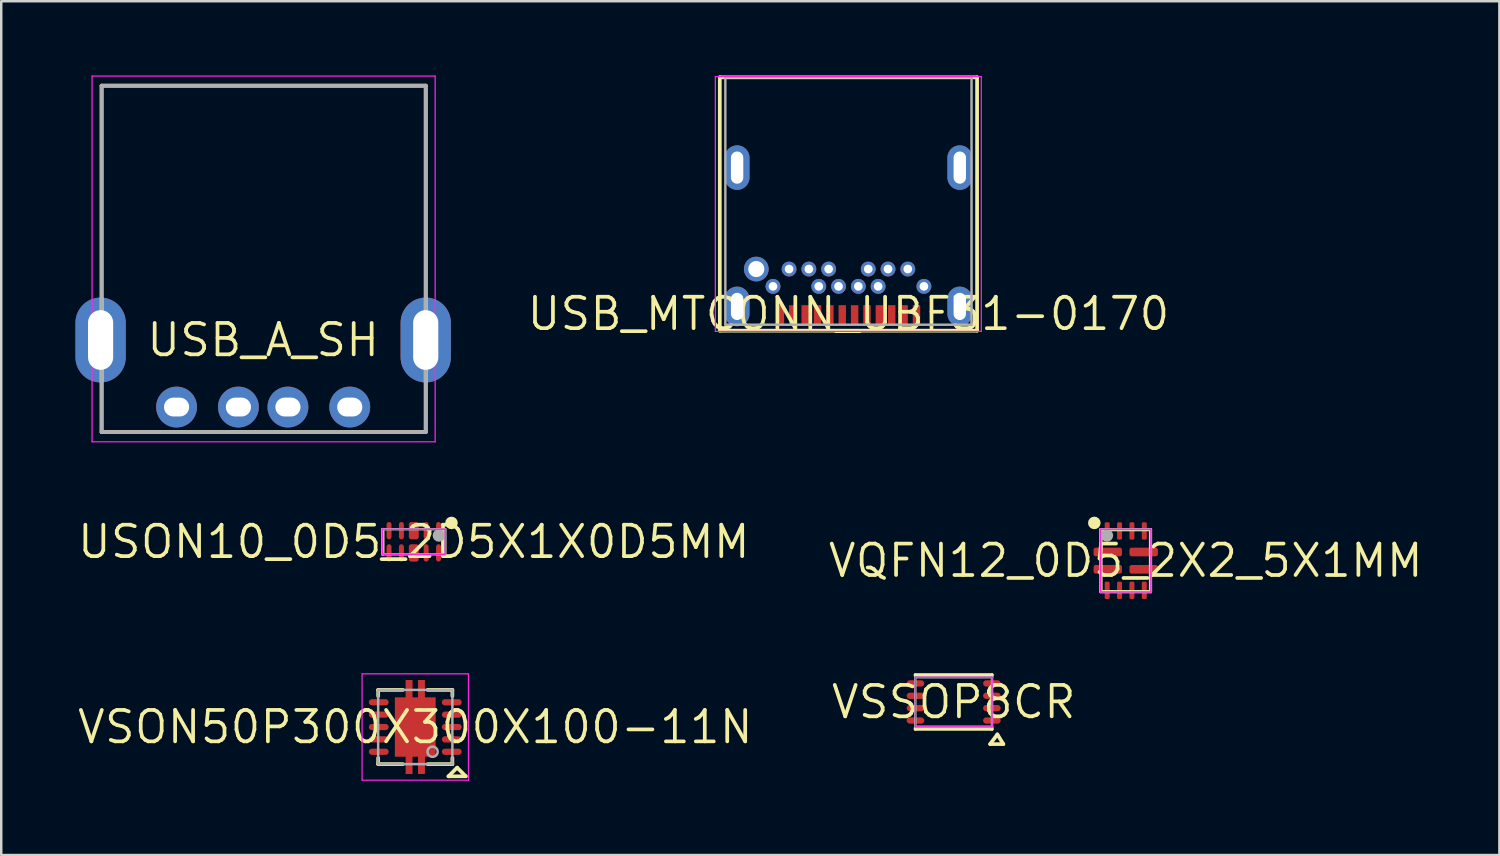
<source format=kicad_pcb>
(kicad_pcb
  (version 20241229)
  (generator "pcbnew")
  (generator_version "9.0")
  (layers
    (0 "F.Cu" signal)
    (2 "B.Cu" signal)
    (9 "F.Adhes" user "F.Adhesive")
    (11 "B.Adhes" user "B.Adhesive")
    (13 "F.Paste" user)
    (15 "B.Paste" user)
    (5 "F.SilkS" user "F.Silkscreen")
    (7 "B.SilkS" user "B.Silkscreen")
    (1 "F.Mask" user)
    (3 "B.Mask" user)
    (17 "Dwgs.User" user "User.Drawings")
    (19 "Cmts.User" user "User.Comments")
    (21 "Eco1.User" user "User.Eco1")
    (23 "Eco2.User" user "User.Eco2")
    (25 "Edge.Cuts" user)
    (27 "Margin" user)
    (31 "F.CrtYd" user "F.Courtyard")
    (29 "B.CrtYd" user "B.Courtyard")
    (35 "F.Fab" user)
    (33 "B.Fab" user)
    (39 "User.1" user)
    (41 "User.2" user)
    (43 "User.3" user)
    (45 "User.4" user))
  (footprint "USB_MTCONN_UBF31-0170"
    (layer "F.Cu")
    (at 31.244 9.635)
    (property "Reference" "USB_MTCONN_UBF31-0170" (at 0 0 0) (layer "F.SilkS") (effects (font (size 1.27 1.27) (thickness 0.15))))
    (fp_line (start -5.2 -9.56) (end 5.2 -9.56) (stroke (width 0.15) (type solid)) (layer "F.SilkS"))
    (fp_line (start -5.2 0.68) (end -5.2 -9.56) (stroke (width 0.15) (type solid)) (layer "F.SilkS"))
    (fp_line (start 5.2 -9.56) (end 5.2 0.68) (stroke (width 0.15) (type solid)) (layer "F.SilkS"))
    (fp_line (start 5.2 0.68) (end -5.2 0.68) (stroke (width 0.15) (type solid)) (layer "F.SilkS"))
    (fp_line (start -5.38 -9.59) (end -5.38 0.71) (stroke (width 0.05) (type solid)) (layer "F.CrtYd"))
    (fp_line (start -5.38 0.71) (end 5.37 0.71) (stroke (width 0.05) (type solid)) (layer "F.CrtYd"))
    (fp_line (start 5.37 -9.59) (end -5.38 -9.59) (stroke (width 0.05) (type solid)) (layer "F.CrtYd"))
    (fp_line (start 5.37 0.71) (end 5.37 -9.59) (stroke (width 0.05) (type solid)) (layer "F.CrtYd"))
    (fp_line (start -4.975 -9.56) (end 4.975 -9.56) (stroke (width 0.1) (type solid)) (layer "F.Fab"))
    (fp_line (start -4.975 0.44) (end -4.975 -9.56) (stroke (width 0.1) (type solid)) (layer "F.Fab"))
    (fp_line (start 4.975 -9.56) (end 4.975 0.44) (stroke (width 0.1) (type solid)) (layer "F.Fab"))
    (fp_line (start 4.975 0.44) (end -4.975 0.44) (stroke (width 0.1) (type solid)) (layer "F.Fab"))
    (pad "" thru_hole circle (at -3.725 -1.81 90) (size 1 1) (drill 0.65) (layers "*.Cu" "*.Mask"))
    (pad "1" thru_hole oval (at 4.5 -0.3 180) (size 1 1.6) (drill oval 0.5 1.1) (layers "*.Cu" "*.Mask"))
    (pad "2" thru_hole oval (at -4.5 -0.3 180) (size 1 1.6) (drill oval 0.5 1.1) (layers "*.Cu" "*.Mask"))
    (pad "3" thru_hole oval (at 4.5 -5.91 180) (size 1 1.8) (drill oval 0.5 1.3) (layers "*.Cu" "*.Mask"))
    (pad "4" thru_hole oval (at -4.5 -5.91 180) (size 1 1.8) (drill oval 0.5 1.3) (layers "*.Cu" "*.Mask"))
    (pad "A1" smd rect (at 2.75 0.051 180) (size 0.3 0.802) (layers "F.Cu" "F.Mask" "F.Paste"))
    (pad "A2" smd rect (at 2.25 0.051 180) (size 0.3 0.802) (layers "F.Cu" "F.Mask" "F.Paste"))
    (pad "A3" smd rect (at 1.75 0.051 180) (size 0.3 0.802) (layers "F.Cu" "F.Mask" "F.Paste"))
    (pad "A4" smd rect (at 1.25 0.051 180) (size 0.3 0.802) (layers "F.Cu" "F.Mask" "F.Paste"))
    (pad "A5" smd rect (at 0.75 0.051 180) (size 0.3 0.802) (layers "F.Cu" "F.Mask" "F.Paste"))
    (pad "A6" smd rect (at 0.25 0.051 180) (size 0.3 0.802) (layers "F.Cu" "F.Mask" "F.Paste"))
    (pad "A7" smd rect (at -0.25 0.051 180) (size 0.3 0.802) (layers "F.Cu" "F.Mask" "F.Paste"))
    (pad "A8" smd rect (at -0.75 0.051 180) (size 0.3 0.802) (layers "F.Cu" "F.Mask" "F.Paste"))
    (pad "A9" smd rect (at -1.25 0.051 180) (size 0.3 0.802) (layers "F.Cu" "F.Mask" "F.Paste"))
    (pad "A10" smd rect (at -1.75 0.051 180) (size 0.3 0.802) (layers "F.Cu" "F.Mask" "F.Paste"))
    (pad "A11" smd rect (at -2.25 0.051 180) (size 0.3 0.802) (layers "F.Cu" "F.Mask" "F.Paste"))
    (pad "A12" smd rect (at -2.75 0.051 180) (size 0.3 0.802) (layers "F.Cu" "F.Mask" "F.Paste"))
    (pad "B1" thru_hole circle (at -3.05 -1.11 90) (size 0.6 0.6) (drill 0.35) (layers "*.Cu" "*.Mask"))
    (pad "B2" thru_hole circle (at -2.4 -1.81 90) (size 0.6 0.6) (drill 0.35) (layers "*.Cu" "*.Mask"))
    (pad "B3" thru_hole circle (at -1.6 -1.81 90) (size 0.6 0.6) (drill 0.35) (layers "*.Cu" "*.Mask"))
    (pad "B4" thru_hole circle (at -1.2 -1.11 90) (size 0.6 0.6) (drill 0.35) (layers "*.Cu" "*.Mask"))
    (pad "B5" thru_hole circle (at -0.8 -1.81 90) (size 0.6 0.6) (drill 0.35) (layers "*.Cu" "*.Mask"))
    (pad "B6" thru_hole circle (at -0.4 -1.11 90) (size 0.6 0.6) (drill 0.35) (layers "*.Cu" "*.Mask"))
    (pad "B7" thru_hole circle (at 0.4 -1.11 90) (size 0.6 0.6) (drill 0.35) (layers "*.Cu" "*.Mask"))
    (pad "B8" thru_hole circle (at 0.8 -1.81 90) (size 0.6 0.6) (drill 0.35) (layers "*.Cu" "*.Mask"))
    (pad "B9" thru_hole circle (at 1.2 -1.11 90) (size 0.6 0.6) (drill 0.35) (layers "*.Cu" "*.Mask"))
    (pad "B10" thru_hole circle (at 1.6 -1.81 90) (size 0.6 0.6) (drill 0.35) (layers "*.Cu" "*.Mask"))
    (pad "B11" thru_hole circle (at 2.4 -1.81 90) (size 0.6 0.6) (drill 0.35) (layers "*.Cu" "*.Mask"))
    (pad "B12" thru_hole circle (at 3.05 -1.11 90) (size 0.6 0.6) (drill 0.35) (layers "*.Cu" "*.Mask")))
  (footprint "VQFN12_0D5_2X2_5X1MM"
    (layer "F.Cu")
    (at 42.452 19.611)
    (property "Reference" "VQFN12_0D5_2X2_5X1MM" (at 0 0 0) (layer "F.SilkS") (effects (font (size 1.27 1.27) (thickness 0.15))))
    (fp_line (start -1 -1.25) (end -1 1.25) (stroke (width 0.127) (type solid)) (layer "F.SilkS"))
    (fp_line (start -1 1.25) (end 1 1.25) (stroke (width 0.127) (type solid)) (layer "F.SilkS"))
    (fp_line (start 1 -1.25) (end -1 -1.25) (stroke (width 0.127) (type solid)) (layer "F.SilkS"))
    (fp_line (start 1 1.25) (end 1 -1.25) (stroke (width 0.127) (type solid)) (layer "F.SilkS"))
    (fp_arc (start -1.397 -1.524) (mid -1.143 -1.524) (end -1.397 -1.524) (stroke (width 0.254) (type solid)) (layer "F.SilkS"))
    (fp_line (start -1.016 -1.27) (end -1.016 1.27) (stroke (width 0.05) (type solid)) (layer "F.CrtYd"))
    (fp_line (start -1.016 1.27) (end 1.016 1.27) (stroke (width 0.05) (type solid)) (layer "F.CrtYd"))
    (fp_line (start 1.016 -1.27) (end -1.016 -1.27) (stroke (width 0.05) (type solid)) (layer "F.CrtYd"))
    (fp_line (start 1.016 1.27) (end 1.016 -1.27) (stroke (width 0.05) (type solid)) (layer "F.CrtYd"))
    (fp_line (start -1.016 -1.27) (end -1.016 1.27) (stroke (width 0.1) (type solid)) (layer "F.Fab"))
    (fp_line (start -1.016 1.27) (end 1.016 1.27) (stroke (width 0.1) (type solid)) (layer "F.Fab"))
    (fp_line (start 1.016 -1.27) (end -1.016 -1.27) (stroke (width 0.1) (type solid)) (layer "F.Fab"))
    (fp_line (start 1.016 1.27) (end 1.016 -1.27) (stroke (width 0.1) (type solid)) (layer "F.Fab"))
    (fp_arc (start -0.889 -1.016) (mid -0.635 -1.016) (end -0.889 -1.016) (stroke (width 0.254) (type solid)) (layer "F.Fab"))
    (pad "1" smd roundrect (at -0.725 -0.35 270) (size 0.35 1.15) (layers "F.Cu" "F.Mask" "F.Paste") (roundrect_rratio 0.25))
    (pad "2" smd roundrect (at -0.725 0.35 270) (size 0.35 1.15) (layers "F.Cu" "F.Mask" "F.Paste") (roundrect_rratio 0.25))
    (pad "3" smd roundrect (at -0.75 1.2) (size 0.2 0.7) (layers "F.Cu" "F.Mask" "F.Paste") (roundrect_rratio 0.25))
    (pad "4" smd roundrect (at -0.25 1.2) (size 0.2 0.7) (layers "F.Cu" "F.Mask" "F.Paste") (roundrect_rratio 0.25))
    (pad "5" smd roundrect (at 0.25 1.2) (size 0.2 0.7) (layers "F.Cu" "F.Mask" "F.Paste") (roundrect_rratio 0.25))
    (pad "6" smd roundrect (at 0.75 1.2) (size 0.2 0.7) (layers "F.Cu" "F.Mask" "F.Paste") (roundrect_rratio 0.25))
    (pad "7" smd roundrect (at 0.725 0.35 270) (size 0.35 1.15) (layers "F.Cu" "F.Mask" "F.Paste") (roundrect_rratio 0.25))
    (pad "8" smd roundrect (at 0.725 -0.35 270) (size 0.35 1.15) (layers "F.Cu" "F.Mask" "F.Paste") (roundrect_rratio 0.25))
    (pad "9" smd roundrect (at 0.75 -1.2) (size 0.2 0.7) (layers "F.Cu" "F.Mask" "F.Paste") (roundrect_rratio 0.25))
    (pad "10" smd roundrect (at 0.25 -1.2) (size 0.2 0.7) (layers "F.Cu" "F.Mask" "F.Paste") (roundrect_rratio 0.25))
    (pad "11" smd roundrect (at -0.25 -1.2) (size 0.2 0.7) (layers "F.Cu" "F.Mask" "F.Paste") (roundrect_rratio 0.25))
    (pad "12" smd roundrect (at -0.75 -1.2) (size 0.2 0.7) (layers "F.Cu" "F.Mask" "F.Paste") (roundrect_rratio 0.25)))
  (footprint "VSON50P300X300X100-11N"
    (layer "F.Cu")
    (at 13.735 26.336)
    (property "Reference" "VSON50P300X300X100-11N" (at 0 0 180) (layer "F.SilkS") (effects (font (size 1.27 1.27) (thickness 0.15))))
    (fp_line (start -1.5 -1.5) (end -1.5 -1.25) (stroke (width 0.15) (type solid)) (layer "F.SilkS"))
    (fp_line (start -1.5 1.5) (end -1.5 1.25) (stroke (width 0.15) (type solid)) (layer "F.SilkS"))
    (fp_line (start -0.5 -1.5) (end -1.5 -1.5) (stroke (width 0.15) (type solid)) (layer "F.SilkS"))
    (fp_line (start -0.5 1.5) (end -1.5 1.5) (stroke (width 0.15) (type solid)) (layer "F.SilkS"))
    (fp_line (start 0.5 1.5) (end 1.5 1.5) (stroke (width 0.15) (type solid)) (layer "F.SilkS"))
    (fp_line (start 1.342 1.992) (end 2.042 1.992) (stroke (width 0.15) (type solid)) (layer "F.SilkS"))
    (fp_line (start 1.5 -1.5) (end 0.5 -1.5) (stroke (width 0.15) (type solid)) (layer "F.SilkS"))
    (fp_line (start 1.5 -1.25) (end 1.5 -1.5) (stroke (width 0.15) (type solid)) (layer "F.SilkS"))
    (fp_line (start 1.5 1.5) (end 1.5 1.25) (stroke (width 0.15) (type solid)) (layer "F.SilkS"))
    (fp_line (start 1.692 1.642) (end 1.342 1.992) (stroke (width 0.15) (type solid)) (layer "F.SilkS"))
    (fp_line (start 2.042 1.992) (end 1.692 1.642) (stroke (width 0.15) (type solid)) (layer "F.SilkS"))
    (fp_line (start -2.15 -2.15) (end -2.15 2.15) (stroke (width 0.05) (type solid)) (layer "F.CrtYd"))
    (fp_line (start -2.15 2.15) (end 2.15 2.15) (stroke (width 0.05) (type solid)) (layer "F.CrtYd"))
    (fp_line (start 2.15 -2.15) (end -2.15 -2.15) (stroke (width 0.05) (type solid)) (layer "F.CrtYd"))
    (fp_line (start 2.15 2.15) (end 2.15 -2.15) (stroke (width 0.05) (type solid)) (layer "F.CrtYd"))
    (fp_line (start -1.5 -1.5) (end 1.5 -1.5) (stroke (width 0.1) (type solid)) (layer "F.Fab"))
    (fp_line (start -1.5 1.5) (end -1.5 -1.5) (stroke (width 0.1) (type solid)) (layer "F.Fab"))
    (fp_line (start 1.5 -1.5) (end 1.5 1.5) (stroke (width 0.1) (type solid)) (layer "F.Fab"))
    (fp_line (start 1.5 1.5) (end -1.5 1.5) (stroke (width 0.1) (type solid)) (layer "F.Fab"))
    (fp_arc (start 0.906196 0.999998) (mid 0.49383 0.999992) (end 0.906196 0.999998) (stroke (width 0.1) (type solid)) (layer "F.Fab"))
    (pad "1" smd oval (at 1.475 1 90) (size 0.25 0.8) (layers "F.Cu" "F.Mask" "F.Paste"))
    (pad "2" smd oval (at 1.475 0.5 90) (size 0.25 0.8) (layers "F.Cu" "F.Mask" "F.Paste"))
    (pad "3" smd oval (at 1.475 0 90) (size 0.25 0.8) (layers "F.Cu" "F.Mask" "F.Paste"))
    (pad "4" smd oval (at 1.475 -0.5 90) (size 0.25 0.8) (layers "F.Cu" "F.Mask" "F.Paste"))
    (pad "5" smd oval (at 1.475 -1 90) (size 0.25 0.8) (layers "F.Cu" "F.Mask" "F.Paste"))
    (pad "6" smd oval (at -1.475 -1 90) (size 0.25 0.8) (layers "F.Cu" "F.Mask" "F.Paste"))
    (pad "7" smd oval (at -1.475 -0.5 90) (size 0.25 0.8) (layers "F.Cu" "F.Mask" "F.Paste"))
    (pad "8" smd oval (at -1.475 0 90) (size 0.25 0.8) (layers "F.Cu" "F.Mask" "F.Paste"))
    (pad "9" smd oval (at -1.475 0.5 90) (size 0.25 0.8) (layers "F.Cu" "F.Mask" "F.Paste"))
    (pad "10" smd oval (at -1.475 1 90) (size 0.25 0.8) (layers "F.Cu" "F.Mask" "F.Paste"))
    (pad "11" smd custom (at 0 0 90) (size 0.889 0.889) (layers "F.Cu" "F.Mask" "F.Paste") (options (anchor circle)) (primitives (gr_poly (pts (xy 1.2 -0.39) (xy 1.9 -0.39) (xy 1.9 -0.11) (xy 1.2 -0.11) (xy 1.2 0.11) (xy 1.9 0.11) (xy 1.9 0.39) (xy 1.2 0.39) (xy 1.2 0.825) (xy -1.2 0.825) (xy -1.2 0.39) (xy -1.9 0.39) (xy -1.9 0.11) (xy -1.2 0.11) (xy -1.2 -0.11) (xy -1.9 -0.11) (xy -1.9 -0.39) (xy -1.2 -0.39) (xy -1.2 -0.825) (xy 1.2 -0.825)) (width 0) (fill yes)))))
  (footprint "USB_A_SH"
    (layer "F.Cu")
    (at 7.587 10.693)
    (property "Reference" "USB_A_SH" (at 0 0 0) (layer "F.SilkS") (effects (font (size 1.27 1.27) (thickness 0.15))))
    (fp_line (start -6.53 -10.279) (end 6.571 -10.279) (stroke (width 0.152) (type solid)) (layer "F.SilkS"))
    (fp_line (start -6.53 3.721) (end -6.53 -10.279) (stroke (width 0.152) (type solid)) (layer "F.SilkS"))
    (fp_line (start 6.571 -10.279) (end 6.571 3.721) (stroke (width 0.152) (type solid)) (layer "F.SilkS"))
    (fp_line (start 6.571 3.721) (end -6.53 3.721) (stroke (width 0.152) (type solid)) (layer "F.SilkS"))
    (fp_line (start -6.916 -10.668) (end -6.916 4.115) (stroke (width 0.05) (type solid)) (layer "F.CrtYd"))
    (fp_line (start -6.916 4.115) (end 6.952 4.115) (stroke (width 0.05) (type solid)) (layer "F.CrtYd"))
    (fp_line (start 6.952 -10.668) (end -6.916 -10.668) (stroke (width 0.05) (type solid)) (layer "F.CrtYd"))
    (fp_line (start 6.952 4.115) (end 6.952 -10.668) (stroke (width 0.05) (type solid)) (layer "F.CrtYd"))
    (fp_line (start -6.53 -10.279) (end -6.53 3.721) (stroke (width 0.152) (type solid)) (layer "F.Fab"))
    (fp_line (start -6.53 3.721) (end 6.571 3.721) (stroke (width 0.152) (type solid)) (layer "F.Fab"))
    (fp_line (start 6.571 -10.279) (end -6.53 -10.279) (stroke (width 0.152) (type solid)) (layer "F.Fab"))
    (fp_line (start 6.571 3.721) (end 6.571 -10.279) (stroke (width 0.152) (type solid)) (layer "F.Fab"))
    (pad "1" thru_hole circle (at 3.5 2.71 180) (size 1.651 1.651) (drill oval 1.016 0.762) (layers "*.Cu" "*.Mask"))
    (pad "2" thru_hole circle (at 1.001 2.71 180) (size 1.651 1.651) (drill oval 1.016 0.762) (layers "*.Cu" "*.Mask"))
    (pad "3" thru_hole circle (at -1.001 2.71 180) (size 1.651 1.651) (drill oval 1.016 0.762) (layers "*.Cu" "*.Mask"))
    (pad "4" thru_hole circle (at -3.5 2.71 180) (size 1.651 1.651) (drill oval 1.016 0.762) (layers "*.Cu" "*.Mask"))
    (pad "5" thru_hole oval (at 6.571 0 180) (size 2.032 3.429) (drill oval 1.016 2.413) (layers "*.Cu" "*.Mask"))
    (pad "6" thru_hole oval (at -6.571 0 180) (size 2.032 3.429) (drill oval 1.016 2.413) (layers "*.Cu" "*.Mask")))
  (footprint "USON10_0D5_2D5X1X0D5MM"
    (layer "F.Cu")
    (at 13.675 18.849)
    (property "Reference" "USON10_0D5_2D5X1X0D5MM" (at 0 0 180) (layer "F.SilkS") (effects (font (size 1.27 1.27) (thickness 0.15))))
    (fp_line (start -1.25 -0.5) (end -1.25 0.5) (stroke (width 0.127) (type solid)) (layer "F.SilkS"))
    (fp_line (start 1.25 0.5) (end 1.25 -0.5) (stroke (width 0.127) (type solid)) (layer "F.SilkS"))
    (fp_arc (start 1.524 -0.889) (mid 1.524 -0.635) (end 1.524 -0.889) (stroke (width 0.254) (type solid)) (layer "F.SilkS"))
    (fp_line (start -1.27 -0.508) (end 1.27 -0.508) (stroke (width 0.05) (type solid)) (layer "F.CrtYd"))
    (fp_line (start -1.27 0.508) (end -1.27 -0.508) (stroke (width 0.05) (type solid)) (layer "F.CrtYd"))
    (fp_line (start 1.27 -0.508) (end 1.27 0.508) (stroke (width 0.05) (type solid)) (layer "F.CrtYd"))
    (fp_line (start 1.27 0.508) (end -1.27 0.508) (stroke (width 0.05) (type solid)) (layer "F.CrtYd"))
    (fp_line (start -1.27 -0.508) (end 1.27 -0.508) (stroke (width 0.1) (type solid)) (layer "F.Fab"))
    (fp_line (start -1.27 0.508) (end -1.27 -0.508) (stroke (width 0.1) (type solid)) (layer "F.Fab"))
    (fp_line (start 1.27 -0.508) (end 1.27 0.508) (stroke (width 0.1) (type solid)) (layer "F.Fab"))
    (fp_line (start 1.27 0.508) (end -1.27 0.508) (stroke (width 0.1) (type solid)) (layer "F.Fab"))
    (fp_arc (start 1.016 -0.381) (mid 1.016 -0.127) (end 1.016 -0.381) (stroke (width 0.254) (type solid)) (layer "F.Fab"))
    (pad "1" smd oval (at 1 -0.45) (size 0.2 0.7) (layers "F.Cu" "F.Mask" "F.Paste"))
    (pad "2" smd oval (at 0.5 -0.45) (size 0.2 0.7) (layers "F.Cu" "F.Mask" "F.Paste"))
    (pad "3" smd roundrect (at 0 -0.45) (size 0.4 0.7) (layers "F.Cu" "F.Mask" "F.Paste") (roundrect_rratio 0.25))
    (pad "4" smd oval (at -0.5 -0.45) (size 0.2 0.7) (layers "F.Cu" "F.Mask" "F.Paste"))
    (pad "5" smd oval (at -1 -0.45) (size 0.2 0.7) (layers "F.Cu" "F.Mask" "F.Paste"))
    (pad "6" smd oval (at -1 0.45) (size 0.2 0.7) (layers "F.Cu" "F.Mask" "F.Paste"))
    (pad "7" smd oval (at -0.5 0.45) (size 0.2 0.7) (layers "F.Cu" "F.Mask" "F.Paste"))
    (pad "8" smd roundrect (at 0 0.45) (size 0.4 0.7) (layers "F.Cu" "F.Mask" "F.Paste") (roundrect_rratio 0.25))
    (pad "9" smd oval (at 0.5 0.45) (size 0.2 0.7) (layers "F.Cu" "F.Mask" "F.Paste"))
    (pad "10" smd oval (at 1 0.45) (size 0.2 0.7) (layers "F.Cu" "F.Mask" "F.Paste")))
  (footprint "VSSOP8CR"
    (layer "F.Cu")
    (at 35.498 25.324)
    (property "Reference" "VSSOP8CR" (at 0 0 0) (layer "F.SilkS") (effects (font (size 1.27 1.27) (thickness 0.15))))
    (fp_line (start -1.55 -1.1) (end -1.55 -1.05) (stroke (width 0.127) (type solid)) (layer "F.SilkS"))
    (fp_line (start -1.55 1.1) (end -1.55 1.05) (stroke (width 0.127) (type solid)) (layer "F.SilkS"))
    (fp_line (start 1.473 1.702) (end 2.007 1.702) (stroke (width 0.15) (type solid)) (layer "F.SilkS"))
    (fp_line (start 1.55 -1.1) (end -1.55 -1.1) (stroke (width 0.127) (type solid)) (layer "F.SilkS"))
    (fp_line (start 1.55 -1.05) (end 1.55 -1.1) (stroke (width 0.127) (type solid)) (layer "F.SilkS"))
    (fp_line (start 1.55 1.05) (end 1.55 1.1) (stroke (width 0.127) (type solid)) (layer "F.SilkS"))
    (fp_line (start 1.55 1.1) (end -1.55 1.1) (stroke (width 0.127) (type solid)) (layer "F.SilkS"))
    (fp_line (start 1.765 1.311) (end 1.473 1.702) (stroke (width 0.15) (type solid)) (layer "F.SilkS"))
    (fp_line (start 2.007 1.702) (end 1.765 1.311) (stroke (width 0.15) (type solid)) (layer "F.SilkS"))
    (fp_line (start -1.55 -1) (end -1.55 1) (stroke (width 0.05) (type solid)) (layer "F.CrtYd"))
    (fp_line (start -1.55 1) (end 1.55 1) (stroke (width 0.05) (type solid)) (layer "F.CrtYd"))
    (fp_line (start 1.55 -1) (end -1.55 -1) (stroke (width 0.05) (type solid)) (layer "F.CrtYd"))
    (fp_line (start 1.55 1) (end 1.55 -1) (stroke (width 0.05) (type solid)) (layer "F.CrtYd"))
    (fp_line (start -1.55 -1) (end -1.55 1) (stroke (width 0.1) (type solid)) (layer "F.Fab"))
    (fp_line (start -1.55 1) (end 1.55 1) (stroke (width 0.1) (type solid)) (layer "F.Fab"))
    (fp_line (start 1.55 -1) (end -1.55 -1) (stroke (width 0.1) (type solid)) (layer "F.Fab"))
    (fp_line (start 1.55 1) (end 1.55 -1) (stroke (width 0.1) (type solid)) (layer "F.Fab"))
    (pad "1" smd oval (at 1.544 0.75 90) (size 0.254 0.711) (layers "F.Cu" "F.Mask" "F.Paste"))
    (pad "2" smd oval (at 1.544 0.25 90) (size 0.254 0.711) (layers "F.Cu" "F.Mask" "F.Paste"))
    (pad "3" smd oval (at 1.544 -0.25 90) (size 0.254 0.711) (layers "F.Cu" "F.Mask" "F.Paste"))
    (pad "4" smd oval (at 1.544 -0.75 90) (size 0.254 0.711) (layers "F.Cu" "F.Mask" "F.Paste"))
    (pad "5" smd oval (at -1.544 -0.75 90) (size 0.254 0.711) (layers "F.Cu" "F.Mask" "F.Paste"))
    (pad "6" smd oval (at -1.544 -0.25 90) (size 0.254 0.711) (layers "F.Cu" "F.Mask" "F.Paste"))
    (pad "7" smd oval (at -1.544 0.25 90) (size 0.254 0.711) (layers "F.Cu" "F.Mask" "F.Paste"))
    (pad "8" smd oval (at -1.544 0.75 90) (size 0.254 0.711) (layers "F.Cu" "F.Mask" "F.Paste")))
  (gr_rect
    (start -3 -3)
    (end 57.555 31.511)
    (stroke (width 0.1) (type default))
    (fill no)
    (layer "Edge.Cuts")))
</source>
